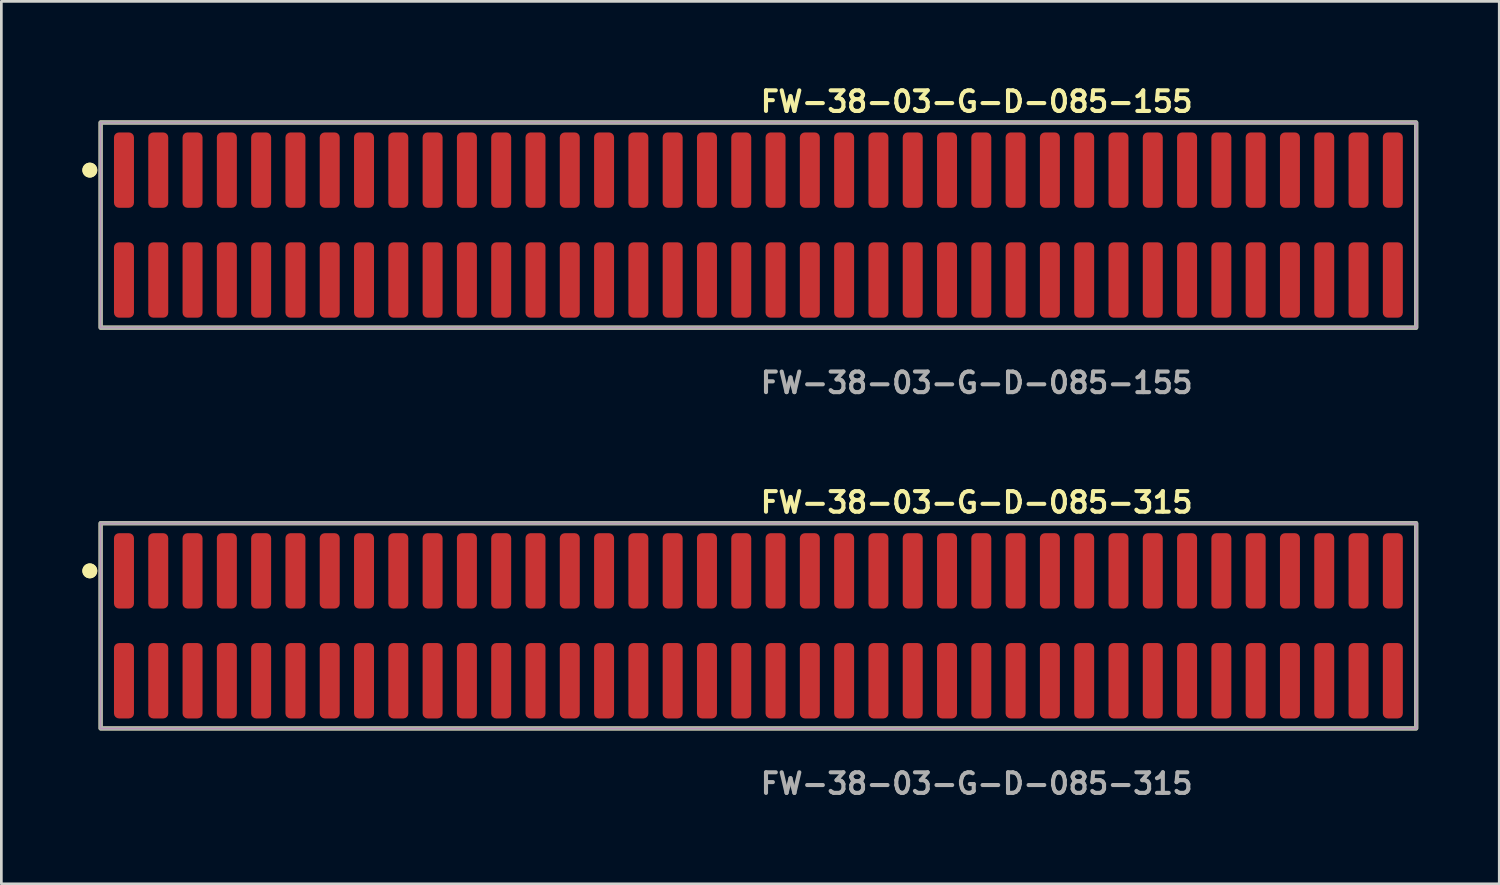
<source format=kicad_pcb>
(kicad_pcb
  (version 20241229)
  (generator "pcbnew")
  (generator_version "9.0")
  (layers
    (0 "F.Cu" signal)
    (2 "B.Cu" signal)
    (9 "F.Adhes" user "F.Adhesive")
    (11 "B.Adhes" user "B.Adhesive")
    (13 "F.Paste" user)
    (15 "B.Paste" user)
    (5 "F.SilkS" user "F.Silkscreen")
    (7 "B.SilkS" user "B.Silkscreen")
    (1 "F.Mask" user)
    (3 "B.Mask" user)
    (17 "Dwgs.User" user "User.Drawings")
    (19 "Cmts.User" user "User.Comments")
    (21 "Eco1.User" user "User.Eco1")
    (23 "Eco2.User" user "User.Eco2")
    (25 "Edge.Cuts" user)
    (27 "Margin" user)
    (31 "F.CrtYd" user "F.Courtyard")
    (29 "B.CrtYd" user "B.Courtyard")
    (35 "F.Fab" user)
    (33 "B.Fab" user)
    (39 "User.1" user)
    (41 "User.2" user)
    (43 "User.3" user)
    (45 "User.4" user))
  (footprint "FW-38-03-G-D-085-315"
    (layer "F.Cu")
    (at 25.036 20.126)
    (property "Reference" "FW-38-03-G-D-085-315" (at 0 -4.572 0) (unlocked yes) (layer "F.SilkS") (effects (font (size 0.762 0.762) (thickness 0.152)) (justify left)))
    (fp_rect (start -24.36 3.8) (end 24.36 -3.8) (stroke (width 0.152) (type solid)) (fill no) (layer "F.SilkS"))
    (fp_circle (center -24.76 -2.035) (end -24.96 -2.035) (stroke (width 0.152) (type solid)) (fill yes) (layer "F.SilkS"))
    (fp_circle (center -24.76 -2.035) (end -24.96 -2.035) (stroke (width 0.152) (type solid)) (fill yes) (layer "F.SilkS"))
    (fp_rect (start -24.36 3.8) (end 24.36 -3.8) (stroke (width 0.006) (type solid)) (fill no) (layer "F.CrtYd"))
    (fp_rect (start -24.36 3.8) (end 24.36 -3.8) (stroke (width 0.152) (type solid)) (fill no) (layer "F.Fab"))
    (fp_text user "${REFERENCE}" (at 0 5.842 0) (unlocked yes) (layer "F.Fab") (effects (font (size 0.762 0.762) (thickness 0.152)) (justify left)))
    (pad "1" smd roundrect (at -23.495 -2.035) (size 0.74 2.79) (layers "F.Cu" "F.Paste") (roundrect_rratio 0.25))
    (pad "2" smd roundrect (at -23.495 2.035) (size 0.74 2.79) (layers "F.Cu" "F.Paste") (roundrect_rratio 0.25))
    (pad "3" smd roundrect (at -22.225 -2.035) (size 0.74 2.79) (layers "F.Cu" "F.Paste") (roundrect_rratio 0.25))
    (pad "4" smd roundrect (at -22.225 2.035) (size 0.74 2.79) (layers "F.Cu" "F.Paste") (roundrect_rratio 0.25))
    (pad "5" smd roundrect (at -20.955 -2.035) (size 0.74 2.79) (layers "F.Cu" "F.Paste") (roundrect_rratio 0.25))
    (pad "6" smd roundrect (at -20.955 2.035) (size 0.74 2.79) (layers "F.Cu" "F.Paste") (roundrect_rratio 0.25))
    (pad "7" smd roundrect (at -19.685 -2.035) (size 0.74 2.79) (layers "F.Cu" "F.Paste") (roundrect_rratio 0.25))
    (pad "8" smd roundrect (at -19.685 2.035) (size 0.74 2.79) (layers "F.Cu" "F.Paste") (roundrect_rratio 0.25))
    (pad "9" smd roundrect (at -18.415 -2.035) (size 0.74 2.79) (layers "F.Cu" "F.Paste") (roundrect_rratio 0.25))
    (pad "10" smd roundrect (at -18.415 2.035) (size 0.74 2.79) (layers "F.Cu" "F.Paste") (roundrect_rratio 0.25))
    (pad "11" smd roundrect (at -17.145 -2.035) (size 0.74 2.79) (layers "F.Cu" "F.Paste") (roundrect_rratio 0.25))
    (pad "12" smd roundrect (at -17.145 2.035) (size 0.74 2.79) (layers "F.Cu" "F.Paste") (roundrect_rratio 0.25))
    (pad "13" smd roundrect (at -15.875 -2.035) (size 0.74 2.79) (layers "F.Cu" "F.Paste") (roundrect_rratio 0.25))
    (pad "14" smd roundrect (at -15.875 2.035) (size 0.74 2.79) (layers "F.Cu" "F.Paste") (roundrect_rratio 0.25))
    (pad "15" smd roundrect (at -14.605 -2.035) (size 0.74 2.79) (layers "F.Cu" "F.Paste") (roundrect_rratio 0.25))
    (pad "16" smd roundrect (at -14.605 2.035) (size 0.74 2.79) (layers "F.Cu" "F.Paste") (roundrect_rratio 0.25))
    (pad "17" smd roundrect (at -13.335 -2.035) (size 0.74 2.79) (layers "F.Cu" "F.Paste") (roundrect_rratio 0.25))
    (pad "18" smd roundrect (at -13.335 2.035) (size 0.74 2.79) (layers "F.Cu" "F.Paste") (roundrect_rratio 0.25))
    (pad "19" smd roundrect (at -12.065 -2.035) (size 0.74 2.79) (layers "F.Cu" "F.Paste") (roundrect_rratio 0.25))
    (pad "20" smd roundrect (at -12.065 2.035) (size 0.74 2.79) (layers "F.Cu" "F.Paste") (roundrect_rratio 0.25))
    (pad "21" smd roundrect (at -10.795 -2.035) (size 0.74 2.79) (layers "F.Cu" "F.Paste") (roundrect_rratio 0.25))
    (pad "22" smd roundrect (at -10.795 2.035) (size 0.74 2.79) (layers "F.Cu" "F.Paste") (roundrect_rratio 0.25))
    (pad "23" smd roundrect (at -9.525 -2.035) (size 0.74 2.79) (layers "F.Cu" "F.Paste") (roundrect_rratio 0.25))
    (pad "24" smd roundrect (at -9.525 2.035) (size 0.74 2.79) (layers "F.Cu" "F.Paste") (roundrect_rratio 0.25))
    (pad "25" smd roundrect (at -8.255 -2.035) (size 0.74 2.79) (layers "F.Cu" "F.Paste") (roundrect_rratio 0.25))
    (pad "26" smd roundrect (at -8.255 2.035) (size 0.74 2.79) (layers "F.Cu" "F.Paste") (roundrect_rratio 0.25))
    (pad "27" smd roundrect (at -6.985 -2.035) (size 0.74 2.79) (layers "F.Cu" "F.Paste") (roundrect_rratio 0.25))
    (pad "28" smd roundrect (at -6.985 2.035) (size 0.74 2.79) (layers "F.Cu" "F.Paste") (roundrect_rratio 0.25))
    (pad "29" smd roundrect (at -5.715 -2.035) (size 0.74 2.79) (layers "F.Cu" "F.Paste") (roundrect_rratio 0.25))
    (pad "30" smd roundrect (at -5.715 2.035) (size 0.74 2.79) (layers "F.Cu" "F.Paste") (roundrect_rratio 0.25))
    (pad "31" smd roundrect (at -4.445 -2.035) (size 0.74 2.79) (layers "F.Cu" "F.Paste") (roundrect_rratio 0.25))
    (pad "32" smd roundrect (at -4.445 2.035) (size 0.74 2.79) (layers "F.Cu" "F.Paste") (roundrect_rratio 0.25))
    (pad "33" smd roundrect (at -3.175 -2.035) (size 0.74 2.79) (layers "F.Cu" "F.Paste") (roundrect_rratio 0.25))
    (pad "34" smd roundrect (at -3.175 2.035) (size 0.74 2.79) (layers "F.Cu" "F.Paste") (roundrect_rratio 0.25))
    (pad "35" smd roundrect (at -1.905 -2.035) (size 0.74 2.79) (layers "F.Cu" "F.Paste") (roundrect_rratio 0.25))
    (pad "36" smd roundrect (at -1.905 2.035) (size 0.74 2.79) (layers "F.Cu" "F.Paste") (roundrect_rratio 0.25))
    (pad "37" smd roundrect (at -0.635 -2.035) (size 0.74 2.79) (layers "F.Cu" "F.Paste") (roundrect_rratio 0.25))
    (pad "38" smd roundrect (at -0.635 2.035) (size 0.74 2.79) (layers "F.Cu" "F.Paste") (roundrect_rratio 0.25))
    (pad "39" smd roundrect (at 0.635 -2.035) (size 0.74 2.79) (layers "F.Cu" "F.Paste") (roundrect_rratio 0.25))
    (pad "40" smd roundrect (at 0.635 2.035) (size 0.74 2.79) (layers "F.Cu" "F.Paste") (roundrect_rratio 0.25))
    (pad "41" smd roundrect (at 1.905 -2.035) (size 0.74 2.79) (layers "F.Cu" "F.Paste") (roundrect_rratio 0.25))
    (pad "42" smd roundrect (at 1.905 2.035) (size 0.74 2.79) (layers "F.Cu" "F.Paste") (roundrect_rratio 0.25))
    (pad "43" smd roundrect (at 3.175 -2.035) (size 0.74 2.79) (layers "F.Cu" "F.Paste") (roundrect_rratio 0.25))
    (pad "44" smd roundrect (at 3.175 2.035) (size 0.74 2.79) (layers "F.Cu" "F.Paste") (roundrect_rratio 0.25))
    (pad "45" smd roundrect (at 4.445 -2.035) (size 0.74 2.79) (layers "F.Cu" "F.Paste") (roundrect_rratio 0.25))
    (pad "46" smd roundrect (at 4.445 2.035) (size 0.74 2.79) (layers "F.Cu" "F.Paste") (roundrect_rratio 0.25))
    (pad "47" smd roundrect (at 5.715 -2.035) (size 0.74 2.79) (layers "F.Cu" "F.Paste") (roundrect_rratio 0.25))
    (pad "48" smd roundrect (at 5.715 2.035) (size 0.74 2.79) (layers "F.Cu" "F.Paste") (roundrect_rratio 0.25))
    (pad "49" smd roundrect (at 6.985 -2.035) (size 0.74 2.79) (layers "F.Cu" "F.Paste") (roundrect_rratio 0.25))
    (pad "50" smd roundrect (at 6.985 2.035) (size 0.74 2.79) (layers "F.Cu" "F.Paste") (roundrect_rratio 0.25))
    (pad "51" smd roundrect (at 8.255 -2.035) (size 0.74 2.79) (layers "F.Cu" "F.Paste") (roundrect_rratio 0.25))
    (pad "52" smd roundrect (at 8.255 2.035) (size 0.74 2.79) (layers "F.Cu" "F.Paste") (roundrect_rratio 0.25))
    (pad "53" smd roundrect (at 9.525 -2.035) (size 0.74 2.79) (layers "F.Cu" "F.Paste") (roundrect_rratio 0.25))
    (pad "54" smd roundrect (at 9.525 2.035) (size 0.74 2.79) (layers "F.Cu" "F.Paste") (roundrect_rratio 0.25))
    (pad "55" smd roundrect (at 10.795 -2.035) (size 0.74 2.79) (layers "F.Cu" "F.Paste") (roundrect_rratio 0.25))
    (pad "56" smd roundrect (at 10.795 2.035) (size 0.74 2.79) (layers "F.Cu" "F.Paste") (roundrect_rratio 0.25))
    (pad "57" smd roundrect (at 12.065 -2.035) (size 0.74 2.79) (layers "F.Cu" "F.Paste") (roundrect_rratio 0.25))
    (pad "58" smd roundrect (at 12.065 2.035) (size 0.74 2.79) (layers "F.Cu" "F.Paste") (roundrect_rratio 0.25))
    (pad "59" smd roundrect (at 13.335 -2.035) (size 0.74 2.79) (layers "F.Cu" "F.Paste") (roundrect_rratio 0.25))
    (pad "60" smd roundrect (at 13.335 2.035) (size 0.74 2.79) (layers "F.Cu" "F.Paste") (roundrect_rratio 0.25))
    (pad "61" smd roundrect (at 14.605 -2.035) (size 0.74 2.79) (layers "F.Cu" "F.Paste") (roundrect_rratio 0.25))
    (pad "62" smd roundrect (at 14.605 2.035) (size 0.74 2.79) (layers "F.Cu" "F.Paste") (roundrect_rratio 0.25))
    (pad "63" smd roundrect (at 15.875 -2.035) (size 0.74 2.79) (layers "F.Cu" "F.Paste") (roundrect_rratio 0.25))
    (pad "64" smd roundrect (at 15.875 2.035) (size 0.74 2.79) (layers "F.Cu" "F.Paste") (roundrect_rratio 0.25))
    (pad "65" smd roundrect (at 17.145 -2.035) (size 0.74 2.79) (layers "F.Cu" "F.Paste") (roundrect_rratio 0.25))
    (pad "66" smd roundrect (at 17.145 2.035) (size 0.74 2.79) (layers "F.Cu" "F.Paste") (roundrect_rratio 0.25))
    (pad "67" smd roundrect (at 18.415 -2.035) (size 0.74 2.79) (layers "F.Cu" "F.Paste") (roundrect_rratio 0.25))
    (pad "68" smd roundrect (at 18.415 2.035) (size 0.74 2.79) (layers "F.Cu" "F.Paste") (roundrect_rratio 0.25))
    (pad "69" smd roundrect (at 19.685 -2.035) (size 0.74 2.79) (layers "F.Cu" "F.Paste") (roundrect_rratio 0.25))
    (pad "70" smd roundrect (at 19.685 2.035) (size 0.74 2.79) (layers "F.Cu" "F.Paste") (roundrect_rratio 0.25))
    (pad "71" smd roundrect (at 20.955 -2.035) (size 0.74 2.79) (layers "F.Cu" "F.Paste") (roundrect_rratio 0.25))
    (pad "72" smd roundrect (at 20.955 2.035) (size 0.74 2.79) (layers "F.Cu" "F.Paste") (roundrect_rratio 0.25))
    (pad "73" smd roundrect (at 22.225 -2.035) (size 0.74 2.79) (layers "F.Cu" "F.Paste") (roundrect_rratio 0.25))
    (pad "74" smd roundrect (at 22.225 2.035) (size 0.74 2.79) (layers "F.Cu" "F.Paste") (roundrect_rratio 0.25))
    (pad "75" smd roundrect (at 23.495 -2.035) (size 0.74 2.79) (layers "F.Cu" "F.Paste") (roundrect_rratio 0.25))
    (pad "76" smd roundrect (at 23.495 2.035) (size 0.74 2.79) (layers "F.Cu" "F.Paste") (roundrect_rratio 0.25)))
  (footprint "FW-38-03-G-D-085-155"
    (layer "F.Cu")
    (at 25.036 5.285)
    (property "Reference" "FW-38-03-G-D-085-155" (at 0 -4.572 0) (unlocked yes) (layer "F.SilkS") (effects (font (size 0.762 0.762) (thickness 0.152)) (justify left)))
    (fp_rect (start -24.36 3.8) (end 24.36 -3.8) (stroke (width 0.152) (type solid)) (fill no) (layer "F.SilkS"))
    (fp_circle (center -24.76 -2.035) (end -24.96 -2.035) (stroke (width 0.152) (type solid)) (fill yes) (layer "F.SilkS"))
    (fp_circle (center -24.76 -2.035) (end -24.96 -2.035) (stroke (width 0.152) (type solid)) (fill yes) (layer "F.SilkS"))
    (fp_rect (start -24.36 3.8) (end 24.36 -3.8) (stroke (width 0.006) (type solid)) (fill no) (layer "F.CrtYd"))
    (fp_rect (start -24.36 3.8) (end 24.36 -3.8) (stroke (width 0.152) (type solid)) (fill no) (layer "F.Fab"))
    (fp_text user "${REFERENCE}" (at 0 5.842 0) (unlocked yes) (layer "F.Fab") (effects (font (size 0.762 0.762) (thickness 0.152)) (justify left)))
    (pad "1" smd roundrect (at -23.495 -2.035) (size 0.74 2.79) (layers "F.Cu" "F.Paste") (roundrect_rratio 0.25))
    (pad "2" smd roundrect (at -23.495 2.035) (size 0.74 2.79) (layers "F.Cu" "F.Paste") (roundrect_rratio 0.25))
    (pad "3" smd roundrect (at -22.225 -2.035) (size 0.74 2.79) (layers "F.Cu" "F.Paste") (roundrect_rratio 0.25))
    (pad "4" smd roundrect (at -22.225 2.035) (size 0.74 2.79) (layers "F.Cu" "F.Paste") (roundrect_rratio 0.25))
    (pad "5" smd roundrect (at -20.955 -2.035) (size 0.74 2.79) (layers "F.Cu" "F.Paste") (roundrect_rratio 0.25))
    (pad "6" smd roundrect (at -20.955 2.035) (size 0.74 2.79) (layers "F.Cu" "F.Paste") (roundrect_rratio 0.25))
    (pad "7" smd roundrect (at -19.685 -2.035) (size 0.74 2.79) (layers "F.Cu" "F.Paste") (roundrect_rratio 0.25))
    (pad "8" smd roundrect (at -19.685 2.035) (size 0.74 2.79) (layers "F.Cu" "F.Paste") (roundrect_rratio 0.25))
    (pad "9" smd roundrect (at -18.415 -2.035) (size 0.74 2.79) (layers "F.Cu" "F.Paste") (roundrect_rratio 0.25))
    (pad "10" smd roundrect (at -18.415 2.035) (size 0.74 2.79) (layers "F.Cu" "F.Paste") (roundrect_rratio 0.25))
    (pad "11" smd roundrect (at -17.145 -2.035) (size 0.74 2.79) (layers "F.Cu" "F.Paste") (roundrect_rratio 0.25))
    (pad "12" smd roundrect (at -17.145 2.035) (size 0.74 2.79) (layers "F.Cu" "F.Paste") (roundrect_rratio 0.25))
    (pad "13" smd roundrect (at -15.875 -2.035) (size 0.74 2.79) (layers "F.Cu" "F.Paste") (roundrect_rratio 0.25))
    (pad "14" smd roundrect (at -15.875 2.035) (size 0.74 2.79) (layers "F.Cu" "F.Paste") (roundrect_rratio 0.25))
    (pad "15" smd roundrect (at -14.605 -2.035) (size 0.74 2.79) (layers "F.Cu" "F.Paste") (roundrect_rratio 0.25))
    (pad "16" smd roundrect (at -14.605 2.035) (size 0.74 2.79) (layers "F.Cu" "F.Paste") (roundrect_rratio 0.25))
    (pad "17" smd roundrect (at -13.335 -2.035) (size 0.74 2.79) (layers "F.Cu" "F.Paste") (roundrect_rratio 0.25))
    (pad "18" smd roundrect (at -13.335 2.035) (size 0.74 2.79) (layers "F.Cu" "F.Paste") (roundrect_rratio 0.25))
    (pad "19" smd roundrect (at -12.065 -2.035) (size 0.74 2.79) (layers "F.Cu" "F.Paste") (roundrect_rratio 0.25))
    (pad "20" smd roundrect (at -12.065 2.035) (size 0.74 2.79) (layers "F.Cu" "F.Paste") (roundrect_rratio 0.25))
    (pad "21" smd roundrect (at -10.795 -2.035) (size 0.74 2.79) (layers "F.Cu" "F.Paste") (roundrect_rratio 0.25))
    (pad "22" smd roundrect (at -10.795 2.035) (size 0.74 2.79) (layers "F.Cu" "F.Paste") (roundrect_rratio 0.25))
    (pad "23" smd roundrect (at -9.525 -2.035) (size 0.74 2.79) (layers "F.Cu" "F.Paste") (roundrect_rratio 0.25))
    (pad "24" smd roundrect (at -9.525 2.035) (size 0.74 2.79) (layers "F.Cu" "F.Paste") (roundrect_rratio 0.25))
    (pad "25" smd roundrect (at -8.255 -2.035) (size 0.74 2.79) (layers "F.Cu" "F.Paste") (roundrect_rratio 0.25))
    (pad "26" smd roundrect (at -8.255 2.035) (size 0.74 2.79) (layers "F.Cu" "F.Paste") (roundrect_rratio 0.25))
    (pad "27" smd roundrect (at -6.985 -2.035) (size 0.74 2.79) (layers "F.Cu" "F.Paste") (roundrect_rratio 0.25))
    (pad "28" smd roundrect (at -6.985 2.035) (size 0.74 2.79) (layers "F.Cu" "F.Paste") (roundrect_rratio 0.25))
    (pad "29" smd roundrect (at -5.715 -2.035) (size 0.74 2.79) (layers "F.Cu" "F.Paste") (roundrect_rratio 0.25))
    (pad "30" smd roundrect (at -5.715 2.035) (size 0.74 2.79) (layers "F.Cu" "F.Paste") (roundrect_rratio 0.25))
    (pad "31" smd roundrect (at -4.445 -2.035) (size 0.74 2.79) (layers "F.Cu" "F.Paste") (roundrect_rratio 0.25))
    (pad "32" smd roundrect (at -4.445 2.035) (size 0.74 2.79) (layers "F.Cu" "F.Paste") (roundrect_rratio 0.25))
    (pad "33" smd roundrect (at -3.175 -2.035) (size 0.74 2.79) (layers "F.Cu" "F.Paste") (roundrect_rratio 0.25))
    (pad "34" smd roundrect (at -3.175 2.035) (size 0.74 2.79) (layers "F.Cu" "F.Paste") (roundrect_rratio 0.25))
    (pad "35" smd roundrect (at -1.905 -2.035) (size 0.74 2.79) (layers "F.Cu" "F.Paste") (roundrect_rratio 0.25))
    (pad "36" smd roundrect (at -1.905 2.035) (size 0.74 2.79) (layers "F.Cu" "F.Paste") (roundrect_rratio 0.25))
    (pad "37" smd roundrect (at -0.635 -2.035) (size 0.74 2.79) (layers "F.Cu" "F.Paste") (roundrect_rratio 0.25))
    (pad "38" smd roundrect (at -0.635 2.035) (size 0.74 2.79) (layers "F.Cu" "F.Paste") (roundrect_rratio 0.25))
    (pad "39" smd roundrect (at 0.635 -2.035) (size 0.74 2.79) (layers "F.Cu" "F.Paste") (roundrect_rratio 0.25))
    (pad "40" smd roundrect (at 0.635 2.035) (size 0.74 2.79) (layers "F.Cu" "F.Paste") (roundrect_rratio 0.25))
    (pad "41" smd roundrect (at 1.905 -2.035) (size 0.74 2.79) (layers "F.Cu" "F.Paste") (roundrect_rratio 0.25))
    (pad "42" smd roundrect (at 1.905 2.035) (size 0.74 2.79) (layers "F.Cu" "F.Paste") (roundrect_rratio 0.25))
    (pad "43" smd roundrect (at 3.175 -2.035) (size 0.74 2.79) (layers "F.Cu" "F.Paste") (roundrect_rratio 0.25))
    (pad "44" smd roundrect (at 3.175 2.035) (size 0.74 2.79) (layers "F.Cu" "F.Paste") (roundrect_rratio 0.25))
    (pad "45" smd roundrect (at 4.445 -2.035) (size 0.74 2.79) (layers "F.Cu" "F.Paste") (roundrect_rratio 0.25))
    (pad "46" smd roundrect (at 4.445 2.035) (size 0.74 2.79) (layers "F.Cu" "F.Paste") (roundrect_rratio 0.25))
    (pad "47" smd roundrect (at 5.715 -2.035) (size 0.74 2.79) (layers "F.Cu" "F.Paste") (roundrect_rratio 0.25))
    (pad "48" smd roundrect (at 5.715 2.035) (size 0.74 2.79) (layers "F.Cu" "F.Paste") (roundrect_rratio 0.25))
    (pad "49" smd roundrect (at 6.985 -2.035) (size 0.74 2.79) (layers "F.Cu" "F.Paste") (roundrect_rratio 0.25))
    (pad "50" smd roundrect (at 6.985 2.035) (size 0.74 2.79) (layers "F.Cu" "F.Paste") (roundrect_rratio 0.25))
    (pad "51" smd roundrect (at 8.255 -2.035) (size 0.74 2.79) (layers "F.Cu" "F.Paste") (roundrect_rratio 0.25))
    (pad "52" smd roundrect (at 8.255 2.035) (size 0.74 2.79) (layers "F.Cu" "F.Paste") (roundrect_rratio 0.25))
    (pad "53" smd roundrect (at 9.525 -2.035) (size 0.74 2.79) (layers "F.Cu" "F.Paste") (roundrect_rratio 0.25))
    (pad "54" smd roundrect (at 9.525 2.035) (size 0.74 2.79) (layers "F.Cu" "F.Paste") (roundrect_rratio 0.25))
    (pad "55" smd roundrect (at 10.795 -2.035) (size 0.74 2.79) (layers "F.Cu" "F.Paste") (roundrect_rratio 0.25))
    (pad "56" smd roundrect (at 10.795 2.035) (size 0.74 2.79) (layers "F.Cu" "F.Paste") (roundrect_rratio 0.25))
    (pad "57" smd roundrect (at 12.065 -2.035) (size 0.74 2.79) (layers "F.Cu" "F.Paste") (roundrect_rratio 0.25))
    (pad "58" smd roundrect (at 12.065 2.035) (size 0.74 2.79) (layers "F.Cu" "F.Paste") (roundrect_rratio 0.25))
    (pad "59" smd roundrect (at 13.335 -2.035) (size 0.74 2.79) (layers "F.Cu" "F.Paste") (roundrect_rratio 0.25))
    (pad "60" smd roundrect (at 13.335 2.035) (size 0.74 2.79) (layers "F.Cu" "F.Paste") (roundrect_rratio 0.25))
    (pad "61" smd roundrect (at 14.605 -2.035) (size 0.74 2.79) (layers "F.Cu" "F.Paste") (roundrect_rratio 0.25))
    (pad "62" smd roundrect (at 14.605 2.035) (size 0.74 2.79) (layers "F.Cu" "F.Paste") (roundrect_rratio 0.25))
    (pad "63" smd roundrect (at 15.875 -2.035) (size 0.74 2.79) (layers "F.Cu" "F.Paste") (roundrect_rratio 0.25))
    (pad "64" smd roundrect (at 15.875 2.035) (size 0.74 2.79) (layers "F.Cu" "F.Paste") (roundrect_rratio 0.25))
    (pad "65" smd roundrect (at 17.145 -2.035) (size 0.74 2.79) (layers "F.Cu" "F.Paste") (roundrect_rratio 0.25))
    (pad "66" smd roundrect (at 17.145 2.035) (size 0.74 2.79) (layers "F.Cu" "F.Paste") (roundrect_rratio 0.25))
    (pad "67" smd roundrect (at 18.415 -2.035) (size 0.74 2.79) (layers "F.Cu" "F.Paste") (roundrect_rratio 0.25))
    (pad "68" smd roundrect (at 18.415 2.035) (size 0.74 2.79) (layers "F.Cu" "F.Paste") (roundrect_rratio 0.25))
    (pad "69" smd roundrect (at 19.685 -2.035) (size 0.74 2.79) (layers "F.Cu" "F.Paste") (roundrect_rratio 0.25))
    (pad "70" smd roundrect (at 19.685 2.035) (size 0.74 2.79) (layers "F.Cu" "F.Paste") (roundrect_rratio 0.25))
    (pad "71" smd roundrect (at 20.955 -2.035) (size 0.74 2.79) (layers "F.Cu" "F.Paste") (roundrect_rratio 0.25))
    (pad "72" smd roundrect (at 20.955 2.035) (size 0.74 2.79) (layers "F.Cu" "F.Paste") (roundrect_rratio 0.25))
    (pad "73" smd roundrect (at 22.225 -2.035) (size 0.74 2.79) (layers "F.Cu" "F.Paste") (roundrect_rratio 0.25))
    (pad "74" smd roundrect (at 22.225 2.035) (size 0.74 2.79) (layers "F.Cu" "F.Paste") (roundrect_rratio 0.25))
    (pad "75" smd roundrect (at 23.495 -2.035) (size 0.74 2.79) (layers "F.Cu" "F.Paste") (roundrect_rratio 0.25))
    (pad "76" smd roundrect (at 23.495 2.035) (size 0.74 2.79) (layers "F.Cu" "F.Paste") (roundrect_rratio 0.25)))
  (gr_rect
    (start -3 -3)
    (end 52.472 29.681)
    (stroke (width 0.1) (type default))
    (fill no)
    (layer "Edge.Cuts")))
</source>
